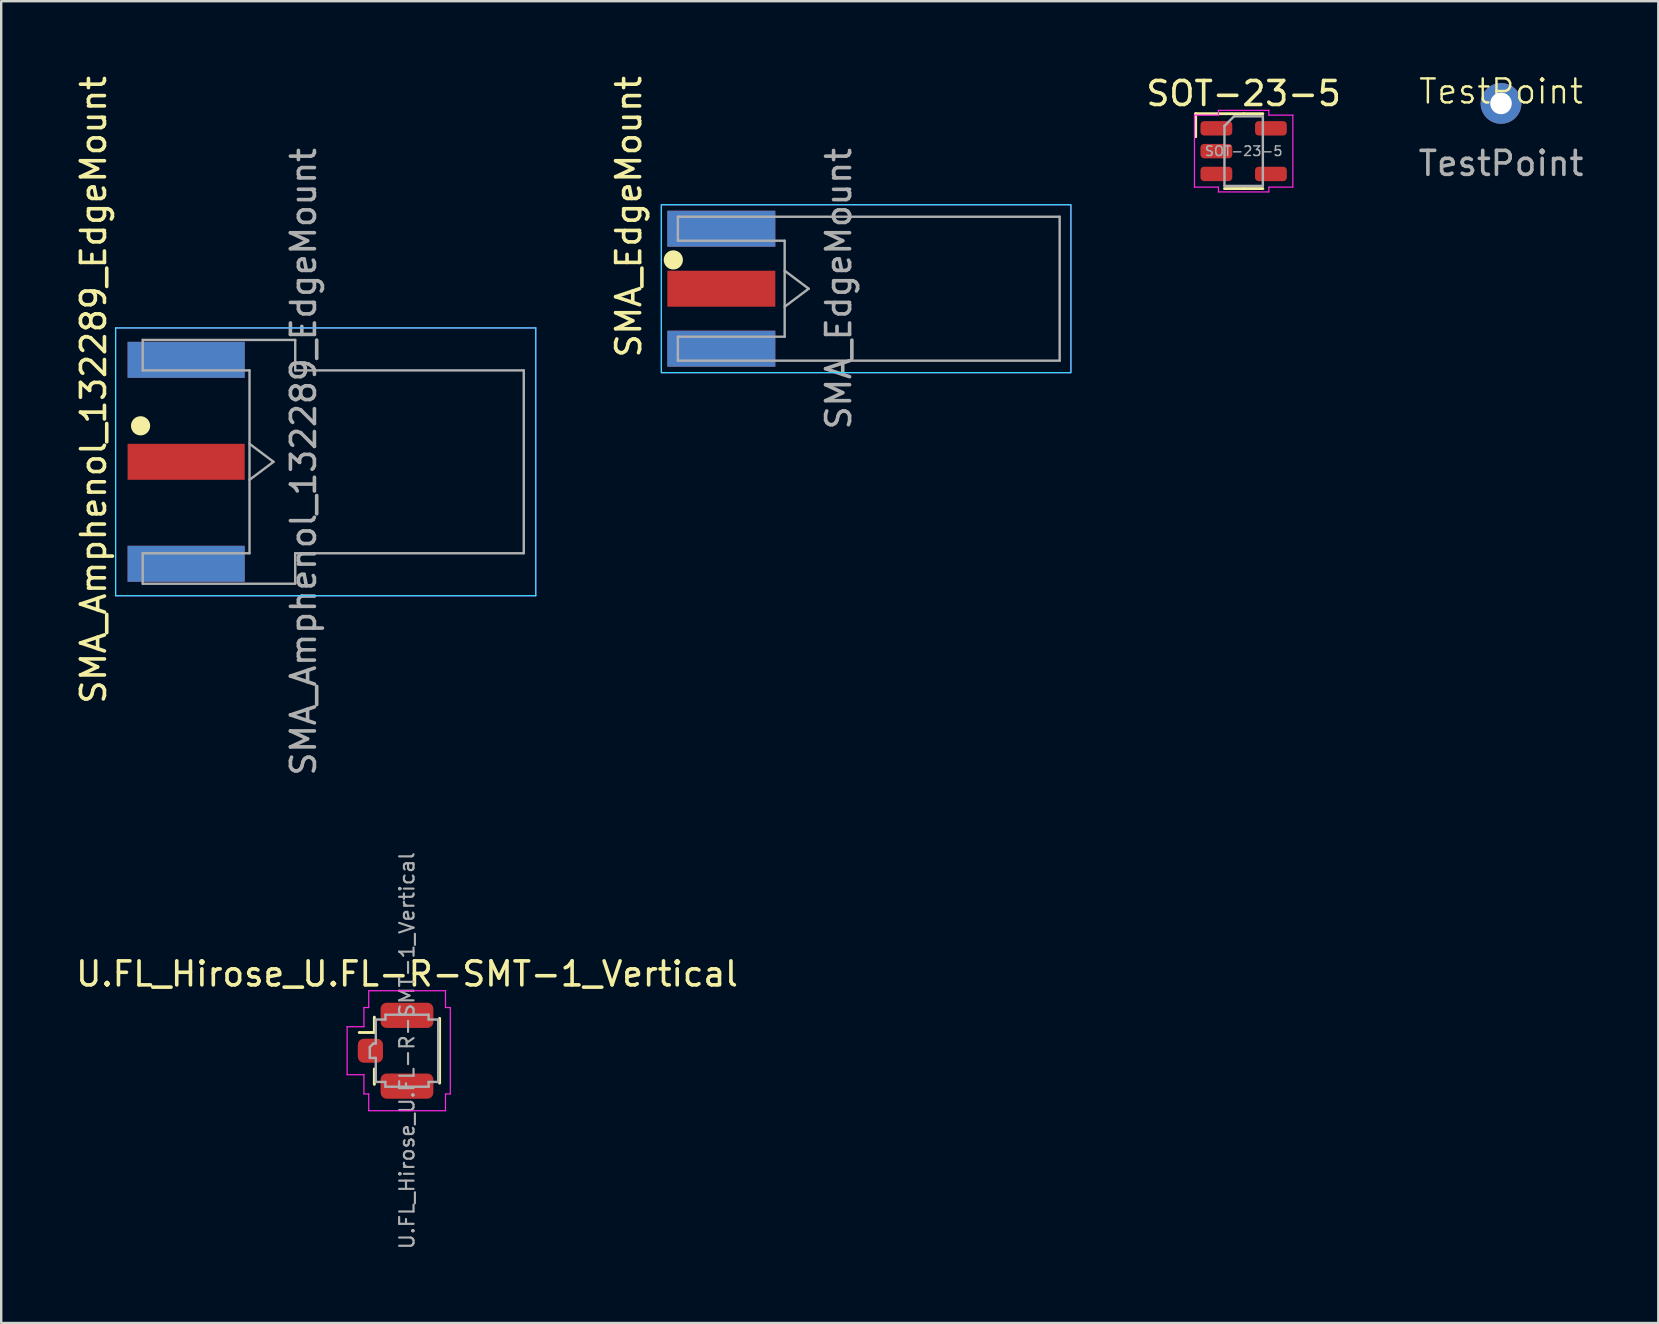
<source format=kicad_pcb>
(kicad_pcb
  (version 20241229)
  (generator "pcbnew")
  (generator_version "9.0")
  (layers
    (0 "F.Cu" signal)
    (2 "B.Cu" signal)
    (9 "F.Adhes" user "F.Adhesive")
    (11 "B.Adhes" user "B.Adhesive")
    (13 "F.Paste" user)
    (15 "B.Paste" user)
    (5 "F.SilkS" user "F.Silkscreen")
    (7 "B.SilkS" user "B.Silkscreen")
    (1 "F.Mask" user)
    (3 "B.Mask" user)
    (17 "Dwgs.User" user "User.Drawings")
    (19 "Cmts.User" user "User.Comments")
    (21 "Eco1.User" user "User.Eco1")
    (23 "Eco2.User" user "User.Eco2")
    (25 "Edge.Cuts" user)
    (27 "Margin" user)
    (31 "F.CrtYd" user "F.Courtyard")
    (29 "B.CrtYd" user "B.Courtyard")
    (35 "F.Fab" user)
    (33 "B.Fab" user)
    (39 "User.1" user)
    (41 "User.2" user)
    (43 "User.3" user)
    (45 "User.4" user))
  (footprint "SMA_EdgeMount"
    (layer "F.Cu")
    (at 27.111 8.982)
    (property "Reference" "SMA_EdgeMount" (at -3.96 -3 90) (layer "F.SilkS") (effects (font (size 1 1) (thickness 0.15))))
    (attr smd)
    (fp_circle (center -2.1 -1.2) (end -2.1 -0.8) (stroke (width 0) (type default)) (fill yes) (layer "F.SilkS"))
    (fp_rect (start -2.6 -3.5) (end 14.47 3.5) (stroke (width 0.05) (type solid)) (fill no) (layer "B.CrtYd"))
    (fp_rect (start -2.6 -3.5) (end 14.47 3.5) (stroke (width 0.05) (type solid)) (fill no) (layer "F.CrtYd"))
    (fp_line (start -1.91 -3) (end -1.91 -2) (stroke (width 0.1) (type solid)) (layer "F.Fab"))
    (fp_line (start -1.91 -3) (end 14 -3) (stroke (width 0.1) (type solid)) (layer "F.Fab"))
    (fp_line (start -1.91 -2) (end 2.54 -2) (stroke (width 0.1) (type solid)) (layer "F.Fab"))
    (fp_line (start -1.91 2) (end -1.91 3) (stroke (width 0.1) (type solid)) (layer "F.Fab"))
    (fp_line (start -1.91 3) (end 14 3) (stroke (width 0.1) (type solid)) (layer "F.Fab"))
    (fp_line (start 2.54 -2) (end 2.54 2) (stroke (width 0.1) (type solid)) (layer "F.Fab"))
    (fp_line (start 2.54 -0.75) (end 3.54 0) (stroke (width 0.1) (type solid)) (layer "F.Fab"))
    (fp_line (start 2.54 2) (end -1.91 2) (stroke (width 0.1) (type solid)) (layer "F.Fab"))
    (fp_line (start 3.54 0) (end 2.54 0.75) (stroke (width 0.1) (type solid)) (layer "F.Fab"))
    (fp_line (start 14 -3) (end 14 3) (stroke (width 0.1) (type solid)) (layer "F.Fab"))
    (fp_text user "${REFERENCE}" (at 4.79 0 270) (layer "F.Fab") (effects (font (size 1 1) (thickness 0.15))))
    (pad "1" smd rect (at -0.1 0 90) (size 1.5 4.5) (layers "F.Cu" "F.Mask" "F.Paste"))
    (pad "2" smd rect (at -0.1 -2.5 90) (size 1.5 4.5) (layers "F.Cu" "F.Mask" "F.Paste"))
    (pad "2" smd rect (at -0.1 -2.5 90) (size 1.5 4.5) (layers "B.Cu" "B.Mask" "B.Paste"))
    (pad "2" smd rect (at -0.1 2.5 90) (size 1.5 4.5) (layers "F.Cu" "F.Mask" "F.Paste"))
    (pad "2" smd rect (at -0.1 2.5 90) (size 1.5 4.5) (layers "B.Cu" "B.Mask" "B.Paste")))
  (footprint "U.FL_Hirose_U.FL-R-SMT-1_Vertical"
    (layer "F.Cu")
    (at 13.436 40.739)
    (property "Reference" "U.FL_Hirose_U.FL-R-SMT-1_Vertical" (at 0.475 -3.2 0) (layer "F.SilkS") (effects (font (size 1 1) (thickness 0.15))))
    (attr smd)
    (fp_rect (start -0.515 -0.94) (end 1.575 0.94) (stroke (width 0) (type solid)) (fill yes) (layer "F.Mask"))
    (fp_line (start -0.885 -1.4) (end -0.885 -0.76) (stroke (width 0.12) (type solid)) (layer "F.SilkS"))
    (fp_line (start -0.885 -0.76) (end -1.515 -0.76) (stroke (width 0.12) (type solid)) (layer "F.SilkS"))
    (fp_line (start -0.885 1.4) (end -0.885 0.76) (stroke (width 0.12) (type solid)) (layer "F.SilkS"))
    (fp_line (start 1.835 -1.35) (end 1.835 1.35) (stroke (width 0.12) (type solid)) (layer "F.SilkS"))
    (fp_line (start -2.02 1) (end -2.02 -1) (stroke (width 0.05) (type solid)) (layer "F.CrtYd"))
    (fp_line (start -1.32 -1.8) (end -1.12 -1.8) (stroke (width 0.05) (type solid)) (layer "F.CrtYd"))
    (fp_line (start -1.32 -1) (end -2.02 -1) (stroke (width 0.05) (type solid)) (layer "F.CrtYd"))
    (fp_line (start -1.32 -1) (end -1.32 -1.8) (stroke (width 0.05) (type solid)) (layer "F.CrtYd"))
    (fp_line (start -1.32 1) (end -2.02 1) (stroke (width 0.05) (type solid)) (layer "F.CrtYd"))
    (fp_line (start -1.32 1.8) (end -1.32 1) (stroke (width 0.05) (type solid)) (layer "F.CrtYd"))
    (fp_line (start -1.32 1.8) (end -1.12 1.8) (stroke (width 0.05) (type solid)) (layer "F.CrtYd"))
    (fp_line (start -1.12 -1.8) (end -1.12 -2.5) (stroke (width 0.05) (type solid)) (layer "F.CrtYd"))
    (fp_line (start -1.12 2.5) (end -1.12 1.8) (stroke (width 0.05) (type solid)) (layer "F.CrtYd"))
    (fp_line (start 2.08 -2.5) (end -1.12 -2.5) (stroke (width 0.05) (type solid)) (layer "F.CrtYd"))
    (fp_line (start 2.08 -1.8) (end 2.08 -2.5) (stroke (width 0.05) (type solid)) (layer "F.CrtYd"))
    (fp_line (start 2.08 -1.8) (end 2.28 -1.8) (stroke (width 0.05) (type solid)) (layer "F.CrtYd"))
    (fp_line (start 2.08 1.8) (end 2.28 1.8) (stroke (width 0.05) (type solid)) (layer "F.CrtYd"))
    (fp_line (start 2.08 2.5) (end -1.12 2.5) (stroke (width 0.05) (type solid)) (layer "F.CrtYd"))
    (fp_line (start 2.08 2.5) (end 2.08 1.8) (stroke (width 0.05) (type solid)) (layer "F.CrtYd"))
    (fp_line (start 2.28 1.8) (end 2.28 -1.8) (stroke (width 0.05) (type solid)) (layer "F.CrtYd"))
    (fp_line (start -1.075 0.3) (end -1.075 -0.15) (stroke (width 0.1) (type solid)) (layer "F.Fab"))
    (fp_line (start -1.075 0.3) (end -0.825 0.3) (stroke (width 0.1) (type solid)) (layer "F.Fab"))
    (fp_line (start -0.925 -0.3) (end -1.075 -0.15) (stroke (width 0.1) (type solid)) (layer "F.Fab"))
    (fp_line (start -0.925 -0.3) (end -0.825 -0.3) (stroke (width 0.1) (type solid)) (layer "F.Fab"))
    (fp_line (start -0.825 -0.3) (end -0.825 -1.3) (stroke (width 0.1) (type solid)) (layer "F.Fab"))
    (fp_line (start -0.825 0.3) (end -0.825 1.3) (stroke (width 0.1) (type solid)) (layer "F.Fab"))
    (fp_line (start -0.425 -1.5) (end -0.425 -1.3) (stroke (width 0.1) (type solid)) (layer "F.Fab"))
    (fp_line (start -0.425 -1.5) (end 1.375 -1.5) (stroke (width 0.1) (type solid)) (layer "F.Fab"))
    (fp_line (start -0.425 -1.3) (end -0.825 -1.3) (stroke (width 0.1) (type solid)) (layer "F.Fab"))
    (fp_line (start -0.425 1.3) (end -0.825 1.3) (stroke (width 0.1) (type solid)) (layer "F.Fab"))
    (fp_line (start -0.425 1.5) (end -0.425 1.3) (stroke (width 0.1) (type solid)) (layer "F.Fab"))
    (fp_line (start -0.425 1.5) (end 1.375 1.5) (stroke (width 0.1) (type solid)) (layer "F.Fab"))
    (fp_line (start 1.375 -1.5) (end 1.375 -1.3) (stroke (width 0.1) (type solid)) (layer "F.Fab"))
    (fp_line (start 1.375 1.5) (end 1.375 1.3) (stroke (width 0.1) (type solid)) (layer "F.Fab"))
    (fp_line (start 1.775 -1.3) (end 1.375 -1.3) (stroke (width 0.1) (type solid)) (layer "F.Fab"))
    (fp_line (start 1.775 -1.3) (end 1.775 1.3) (stroke (width 0.1) (type solid)) (layer "F.Fab"))
    (fp_line (start 1.775 1.3) (end 1.375 1.3) (stroke (width 0.1) (type solid)) (layer "F.Fab"))
    (fp_text user "${REFERENCE}" (at 0.475 0 90) (layer "F.Fab") (effects (font (size 0.6 0.6) (thickness 0.09))))
    (pad "1" smd roundrect (at -1.05 0) (size 1.05 1) (layers "F.Cu" "F.Mask" "F.Paste") (roundrect_rratio 0.25))
    (pad "2" smd roundrect (at 0.475 -1.475) (size 2.2 1.05) (layers "F.Cu" "F.Mask" "F.Paste") (roundrect_rratio 0.238))
    (pad "2" smd roundrect (at 0.475 1.475) (size 2.2 1.05) (layers "F.Cu" "F.Mask" "F.Paste") (roundrect_rratio 0.238))
    (zone (net_name "") (layer "F.Cu") (hatch edge 0.5) (connect_pads) (min_thickness 0.25) (filled_areas_thickness no) (keepout (tracks not_allowed) (vias not_allowed) (pads not_allowed) (copperpour not_allowed) (footprints allowed)) (placement (enabled no)) (fill) (polygon (pts (xy 15.011 39.789) (xy 12.921 39.789) (xy 12.921 41.689) (xy 15.011 41.689)))))
  (footprint "TestPoint"
    (layer "F.Cu")
    (at 59.505 1.26)
    (property "Reference" "TestPoint" (at 0 -0.5 0) (unlocked yes) (layer "F.SilkS") (effects (font (size 1 1) (thickness 0.1))))
    (attr smd)
    (fp_text user "${REFERENCE}" (at 0 2.5 0) (unlocked yes) (layer "F.Fab") (effects (font (size 1 1) (thickness 0.15))))
    (pad "1" thru_hole circle (at 0 0) (size 1.7 1.7) (drill 0.9) (layers "*.Cu" "*.Paste" "*.Mask")))
  (footprint "SMA_Amphenol_132289_EdgeMount"
    (layer "F.Cu")
    (at 4.808 16.196)
    (property "Reference" "SMA_Amphenol_132289_EdgeMount" (at -3.96 -3 90) (layer "F.SilkS") (effects (font (size 1 1) (thickness 0.15))))
    (attr smd)
    (fp_circle (center -2 -1.5) (end -2 -1.1) (stroke (width 0) (type default)) (fill yes) (layer "F.SilkS"))
    (fp_line (start -3.04 5.58) (end -3.04 -5.58) (stroke (width 0.05) (type solid)) (layer "B.CrtYd"))
    (fp_line (start 14.47 -5.58) (end -3.04 -5.58) (stroke (width 0.05) (type solid)) (layer "B.CrtYd"))
    (fp_line (start 14.47 -5.58) (end 14.47 5.58) (stroke (width 0.05) (type solid)) (layer "B.CrtYd"))
    (fp_line (start 14.47 5.58) (end -3.04 5.58) (stroke (width 0.05) (type solid)) (layer "B.CrtYd"))
    (fp_line (start -3.04 5.58) (end -3.04 -5.58) (stroke (width 0.05) (type solid)) (layer "F.CrtYd"))
    (fp_line (start 14.47 -5.58) (end -3.04 -5.58) (stroke (width 0.05) (type solid)) (layer "F.CrtYd"))
    (fp_line (start 14.47 -5.58) (end 14.47 5.58) (stroke (width 0.05) (type solid)) (layer "F.CrtYd"))
    (fp_line (start 14.47 5.58) (end -3.04 5.58) (stroke (width 0.05) (type solid)) (layer "F.CrtYd"))
    (fp_line (start -1.91 -5.08) (end -1.91 -3.81) (stroke (width 0.1) (type solid)) (layer "F.Fab"))
    (fp_line (start -1.91 -5.08) (end 4.445 -5.08) (stroke (width 0.1) (type solid)) (layer "F.Fab"))
    (fp_line (start -1.91 -3.81) (end 2.54 -3.81) (stroke (width 0.1) (type solid)) (layer "F.Fab"))
    (fp_line (start -1.91 3.81) (end -1.91 5.08) (stroke (width 0.1) (type solid)) (layer "F.Fab"))
    (fp_line (start -1.91 5.08) (end 4.445 5.08) (stroke (width 0.1) (type solid)) (layer "F.Fab"))
    (fp_line (start 2.54 -3.81) (end 2.54 3.81) (stroke (width 0.1) (type solid)) (layer "F.Fab"))
    (fp_line (start 2.54 -0.75) (end 3.54 0) (stroke (width 0.1) (type solid)) (layer "F.Fab"))
    (fp_line (start 2.54 3.81) (end -1.91 3.81) (stroke (width 0.1) (type solid)) (layer "F.Fab"))
    (fp_line (start 3.54 0) (end 2.54 0.75) (stroke (width 0.1) (type solid)) (layer "F.Fab"))
    (fp_line (start 4.445 -3.81) (end 4.445 -5.08) (stroke (width 0.1) (type solid)) (layer "F.Fab"))
    (fp_line (start 4.445 -3.81) (end 13.97 -3.81) (stroke (width 0.1) (type solid)) (layer "F.Fab"))
    (fp_line (start 4.445 5.08) (end 4.445 3.81) (stroke (width 0.1) (type solid)) (layer "F.Fab"))
    (fp_line (start 13.97 -3.81) (end 13.97 3.81) (stroke (width 0.1) (type solid)) (layer "F.Fab"))
    (fp_line (start 13.97 3.81) (end 4.445 3.81) (stroke (width 0.1) (type solid)) (layer "F.Fab"))
    (fp_text user "${REFERENCE}" (at 4.79 0 270) (layer "F.Fab") (effects (font (size 1 1) (thickness 0.15))))
    (pad "1" smd rect (at -0.1 0 90) (size 1.5 4.88) (layers "F.Cu" "F.Mask" "F.Paste"))
    (pad "2" smd rect (at -0.1 -4.25 90) (size 1.5 4.88) (layers "F.Cu" "F.Mask" "F.Paste"))
    (pad "2" smd rect (at -0.1 -4.25 90) (size 1.5 4.88) (layers "B.Cu" "B.Mask" "B.Paste"))
    (pad "2" smd rect (at -0.1 4.25 90) (size 1.5 4.88) (layers "F.Cu" "F.Mask" "F.Paste"))
    (pad "2" smd rect (at -0.1 4.25 90) (size 1.5 4.88) (layers "B.Cu" "B.Mask" "B.Paste")))
  (footprint "SOT-23-5"
    (layer "F.Cu")
    (at 48.779 3.248)
    (property "Reference" "SOT-23-5" (at 0 -2.4 0) (layer "F.SilkS") (effects (font (size 1 1) (thickness 0.15))))
    (attr smd)
    (fp_line (start -2 -1.56) (end -2 -0.6) (stroke (width 0.12) (type default)) (layer "F.SilkS"))
    (fp_line (start 0 -1.56) (end -2 -1.56) (stroke (width 0.12) (type solid)) (layer "F.SilkS"))
    (fp_line (start 0 -1.56) (end 0.8 -1.56) (stroke (width 0.12) (type solid)) (layer "F.SilkS"))
    (fp_line (start 0 1.56) (end -0.8 1.56) (stroke (width 0.12) (type solid)) (layer "F.SilkS"))
    (fp_line (start 0 1.56) (end 0.8 1.56) (stroke (width 0.12) (type solid)) (layer "F.SilkS"))
    (fp_line (start -2.05 -1.5) (end -1.05 -1.5) (stroke (width 0.05) (type solid)) (layer "F.CrtYd"))
    (fp_line (start -2.05 1.5) (end -2.05 -1.5) (stroke (width 0.05) (type solid)) (layer "F.CrtYd"))
    (fp_line (start -1.05 -1.7) (end 1.05 -1.7) (stroke (width 0.05) (type solid)) (layer "F.CrtYd"))
    (fp_line (start -1.05 -1.5) (end -1.05 -1.7) (stroke (width 0.05) (type solid)) (layer "F.CrtYd"))
    (fp_line (start -1.05 1.5) (end -2.05 1.5) (stroke (width 0.05) (type solid)) (layer "F.CrtYd"))
    (fp_line (start -1.05 1.7) (end -1.05 1.5) (stroke (width 0.05) (type solid)) (layer "F.CrtYd"))
    (fp_line (start 1.05 -1.7) (end 1.05 -1.5) (stroke (width 0.05) (type solid)) (layer "F.CrtYd"))
    (fp_line (start 1.05 -1.5) (end 2.05 -1.5) (stroke (width 0.05) (type solid)) (layer "F.CrtYd"))
    (fp_line (start 1.05 1.5) (end 1.05 1.7) (stroke (width 0.05) (type solid)) (layer "F.CrtYd"))
    (fp_line (start 1.05 1.7) (end -1.05 1.7) (stroke (width 0.05) (type solid)) (layer "F.CrtYd"))
    (fp_line (start 2.05 -1.5) (end 2.05 1.5) (stroke (width 0.05) (type solid)) (layer "F.CrtYd"))
    (fp_line (start 2.05 1.5) (end 1.05 1.5) (stroke (width 0.05) (type solid)) (layer "F.CrtYd"))
    (fp_line (start -0.8 -1.05) (end -0.4 -1.45) (stroke (width 0.1) (type solid)) (layer "F.Fab"))
    (fp_line (start -0.8 1.45) (end -0.8 -1.05) (stroke (width 0.1) (type solid)) (layer "F.Fab"))
    (fp_line (start -0.4 -1.45) (end 0.8 -1.45) (stroke (width 0.1) (type solid)) (layer "F.Fab"))
    (fp_line (start 0.8 -1.45) (end 0.8 1.45) (stroke (width 0.1) (type solid)) (layer "F.Fab"))
    (fp_line (start 0.8 1.45) (end -0.8 1.45) (stroke (width 0.1) (type solid)) (layer "F.Fab"))
    (fp_text user "${REFERENCE}" (at 0 0 0) (layer "F.Fab") (effects (font (size 0.4 0.4) (thickness 0.06))))
    (pad "1" smd roundrect (at -1.137 -0.95) (size 1.325 0.6) (layers "F.Cu" "F.Mask" "F.Paste") (roundrect_rratio 0.25))
    (pad "2" smd roundrect (at -1.137 0) (size 1.325 0.6) (layers "F.Cu" "F.Mask" "F.Paste") (roundrect_rratio 0.25))
    (pad "3" smd roundrect (at -1.137 0.95) (size 1.325 0.6) (layers "F.Cu" "F.Mask" "F.Paste") (roundrect_rratio 0.25))
    (pad "4" smd roundrect (at 1.137 0.95) (size 1.325 0.6) (layers "F.Cu" "F.Mask" "F.Paste") (roundrect_rratio 0.25))
    (pad "5" smd roundrect (at 1.137 -0.95) (size 1.325 0.6) (layers "F.Cu" "F.Mask" "F.Paste") (roundrect_rratio 0.25)))
  (gr_rect
    (start -3 -3)
    (end 66.059 52.086)
    (stroke (width 0.1) (type default))
    (fill no)
    (layer "Edge.Cuts")))
</source>
